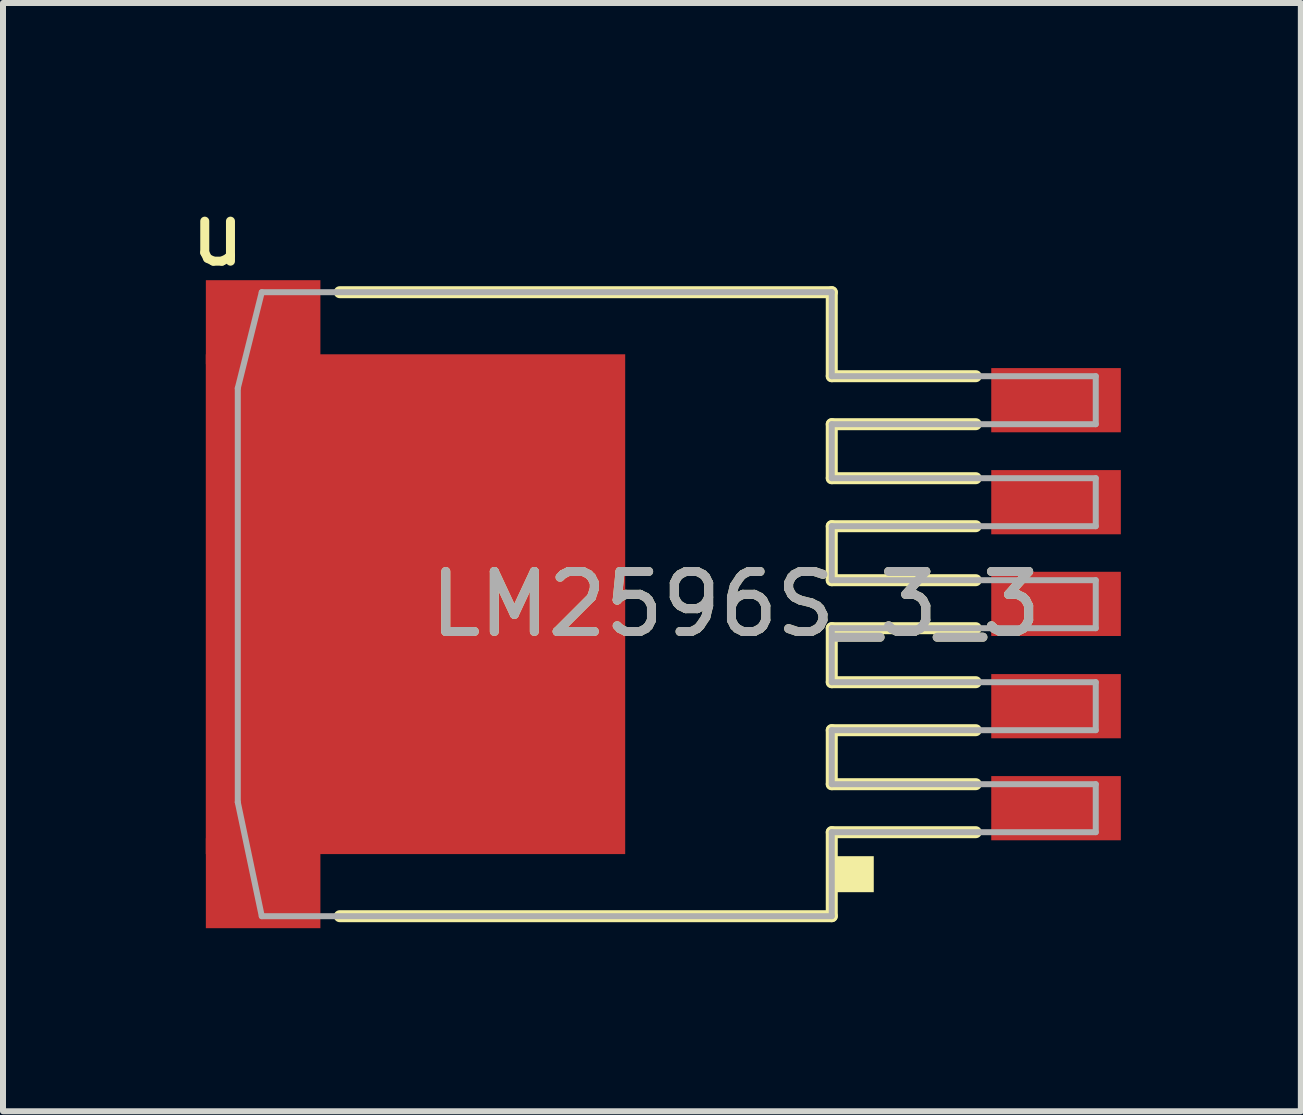
<source format=kicad_pcb>
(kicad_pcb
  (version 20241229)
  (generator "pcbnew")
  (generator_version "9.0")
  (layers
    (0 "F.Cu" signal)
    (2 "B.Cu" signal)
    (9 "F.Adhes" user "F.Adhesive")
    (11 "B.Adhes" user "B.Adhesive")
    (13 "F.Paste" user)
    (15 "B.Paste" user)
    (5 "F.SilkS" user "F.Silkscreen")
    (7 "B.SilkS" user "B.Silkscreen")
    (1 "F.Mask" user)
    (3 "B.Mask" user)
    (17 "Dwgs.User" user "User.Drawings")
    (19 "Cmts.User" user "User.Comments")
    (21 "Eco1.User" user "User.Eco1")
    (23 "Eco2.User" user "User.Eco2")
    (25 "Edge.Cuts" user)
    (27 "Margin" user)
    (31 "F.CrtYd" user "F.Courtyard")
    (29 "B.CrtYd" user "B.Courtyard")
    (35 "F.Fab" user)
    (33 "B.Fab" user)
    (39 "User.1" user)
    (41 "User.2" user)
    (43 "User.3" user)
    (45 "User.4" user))
  (footprint "LM2596S_3_3"
    (layer "F.Cu")
    (at 9.213 7.02)
    (property "Reference" "LM2596S_3_3" (at 0 0 0) (unlocked yes) (layer "F.SilkS") (effects (font (size 1 1) (thickness 0.15))))
    (attr smd)
    (fp_poly (pts (xy -8.832 -4) (xy -6.923 -4) (xy -6.923 -5.4) (xy -8.832 -5.4)) (stroke (width 0) (type solid)) (fill yes) (layer "F.Cu"))
    (fp_poly (pts (xy -8.832 5.4) (xy -6.923 5.4) (xy -6.923 3.9) (xy -8.832 3.9)) (stroke (width 0) (type solid)) (fill yes) (layer "F.Cu"))
    (fp_poly (pts (xy -8.883 -3.949) (xy -6.872 -3.949) (xy -6.872 -5.451) (xy -8.883 -5.451)) (stroke (width 0) (type solid)) (fill yes) (layer "F.Mask"))
    (fp_poly (pts (xy -8.883 5.451) (xy -6.872 5.451) (xy -6.872 3.849) (xy -8.883 3.849)) (stroke (width 0) (type solid)) (fill yes) (layer "F.Mask"))
    (fp_line (start -6.6 -5.2) (end 1.6 -5.2) (stroke (width 0.2) (type solid)) (layer "F.SilkS"))
    (fp_line (start -6.6 5.2) (end 1.6 5.2) (stroke (width 0.2) (type solid)) (layer "F.SilkS"))
    (fp_line (start 1.6 -3.8) (end 1.6 -5.2) (stroke (width 0.2) (type solid)) (layer "F.SilkS"))
    (fp_line (start 1.6 -3.8) (end 4 -3.8) (stroke (width 0.2) (type solid)) (layer "F.SilkS"))
    (fp_line (start 1.6 -3) (end 4 -3) (stroke (width 0.2) (type solid)) (layer "F.SilkS"))
    (fp_line (start 1.6 -2.1) (end 1.6 -3) (stroke (width 0.2) (type solid)) (layer "F.SilkS"))
    (fp_line (start 1.6 -2.1) (end 4 -2.1) (stroke (width 0.2) (type solid)) (layer "F.SilkS"))
    (fp_line (start 1.6 -1.3) (end 4 -1.3) (stroke (width 0.2) (type solid)) (layer "F.SilkS"))
    (fp_line (start 1.6 -0.4) (end 1.6 -1.3) (stroke (width 0.2) (type solid)) (layer "F.SilkS"))
    (fp_line (start 1.6 -0.4) (end 4 -0.4) (stroke (width 0.2) (type solid)) (layer "F.SilkS"))
    (fp_line (start 1.6 0.4) (end 4 0.4) (stroke (width 0.2) (type solid)) (layer "F.SilkS"))
    (fp_line (start 1.6 1.3) (end 1.6 0.4) (stroke (width 0.2) (type solid)) (layer "F.SilkS"))
    (fp_line (start 1.6 1.3) (end 4 1.3) (stroke (width 0.2) (type solid)) (layer "F.SilkS"))
    (fp_line (start 1.6 2.1) (end 4 2.1) (stroke (width 0.2) (type solid)) (layer "F.SilkS"))
    (fp_line (start 1.6 3) (end 1.6 2.1) (stroke (width 0.2) (type solid)) (layer "F.SilkS"))
    (fp_line (start 1.6 3) (end 4 3) (stroke (width 0.2) (type solid)) (layer "F.SilkS"))
    (fp_line (start 1.6 3.8) (end 4 3.8) (stroke (width 0.2) (type solid)) (layer "F.SilkS"))
    (fp_line (start 1.6 5.2) (end 1.6 3.8) (stroke (width 0.2) (type solid)) (layer "F.SilkS"))
    (fp_poly (pts (xy 1.6 4.8) (xy 2.3 4.8) (xy 2.3 4.2) (xy 1.6 4.2)) (stroke (width 0) (type solid)) (fill yes) (layer "F.SilkS"))
    (fp_poly (pts (xy -8.731 -4.102) (xy -7.024 -4.102) (xy -7.024 -5.298) (xy -8.731 -5.298)) (stroke (width 0) (type solid)) (fill yes) (layer "F.Paste"))
    (fp_poly (pts (xy -8.731 5.298) (xy -7.024 5.298) (xy -7.024 4.002) (xy -8.731 4.002)) (stroke (width 0) (type solid)) (fill yes) (layer "F.Paste"))
    (fp_line (start -8.3 -3.6) (end -7.9 -5.2) (stroke (width 0.1) (type solid)) (layer "F.Fab"))
    (fp_line (start -8.3 3.3) (end -8.3 -3.6) (stroke (width 0.1) (type solid)) (layer "F.Fab"))
    (fp_line (start -8.3 3.3) (end -7.9 5.2) (stroke (width 0.1) (type solid)) (layer "F.Fab"))
    (fp_line (start -7.9 -5.2) (end 1.6 -5.2) (stroke (width 0.1) (type solid)) (layer "F.Fab"))
    (fp_line (start -7.9 5.2) (end 1.6 5.2) (stroke (width 0.1) (type solid)) (layer "F.Fab"))
    (fp_line (start 1.6 -3.8) (end 1.6 -5.2) (stroke (width 0.1) (type solid)) (layer "F.Fab"))
    (fp_line (start 1.6 -3.8) (end 6 -3.8) (stroke (width 0.1) (type solid)) (layer "F.Fab"))
    (fp_line (start 1.6 -3) (end 6 -3) (stroke (width 0.1) (type solid)) (layer "F.Fab"))
    (fp_line (start 1.6 -2.1) (end 1.6 -3) (stroke (width 0.1) (type solid)) (layer "F.Fab"))
    (fp_line (start 1.6 -2.1) (end 6 -2.1) (stroke (width 0.1) (type solid)) (layer "F.Fab"))
    (fp_line (start 1.6 -1.3) (end 6 -1.3) (stroke (width 0.1) (type solid)) (layer "F.Fab"))
    (fp_line (start 1.6 -0.4) (end 1.6 -1.3) (stroke (width 0.1) (type solid)) (layer "F.Fab"))
    (fp_line (start 1.6 -0.4) (end 6 -0.4) (stroke (width 0.1) (type solid)) (layer "F.Fab"))
    (fp_line (start 1.6 0.4) (end 6 0.4) (stroke (width 0.1) (type solid)) (layer "F.Fab"))
    (fp_line (start 1.6 1.3) (end 1.6 0.4) (stroke (width 0.1) (type solid)) (layer "F.Fab"))
    (fp_line (start 1.6 1.3) (end 6 1.3) (stroke (width 0.1) (type solid)) (layer "F.Fab"))
    (fp_line (start 1.6 2.1) (end 6 2.1) (stroke (width 0.1) (type solid)) (layer "F.Fab"))
    (fp_line (start 1.6 3) (end 1.6 2.1) (stroke (width 0.1) (type solid)) (layer "F.Fab"))
    (fp_line (start 1.6 3) (end 6 3) (stroke (width 0.1) (type solid)) (layer "F.Fab"))
    (fp_line (start 1.6 3.8) (end 6 3.8) (stroke (width 0.1) (type solid)) (layer "F.Fab"))
    (fp_line (start 1.6 5.2) (end 1.6 3.8) (stroke (width 0.1) (type solid)) (layer "F.Fab"))
    (fp_line (start 6 -3) (end 6 -3.8) (stroke (width 0.1) (type solid)) (layer "F.Fab"))
    (fp_line (start 6 -1.3) (end 6 -2.1) (stroke (width 0.1) (type solid)) (layer "F.Fab"))
    (fp_line (start 6 0.4) (end 6 -0.4) (stroke (width 0.1) (type solid)) (layer "F.Fab"))
    (fp_line (start 6 2.1) (end 6 1.3) (stroke (width 0.1) (type solid)) (layer "F.Fab"))
    (fp_line (start 6 3.8) (end 6 3) (stroke (width 0.1) (type solid)) (layer "F.Fab"))
    (fp_text user "u" (at -8.636 -6.172 0) (unlocked yes) (layer "F.SilkS") (effects (font (size 1 1) (thickness 0.15))))
    (fp_text user "${REFERENCE}" (at 0 0 0) (unlocked yes) (layer "F.Fab") (effects (font (size 1 1) (thickness 0.15))))
    (pad "1" smd rect (at 5.338 3.4) (size 2.16 1.07) (layers "F.Cu" "F.Mask" "F.Paste"))
    (pad "2" smd rect (at 5.338 1.7) (size 2.16 1.07) (layers "F.Cu" "F.Mask" "F.Paste"))
    (pad "3" smd rect (at 5.338 -0.005) (size 2.16 1.07) (layers "F.Cu" "F.Mask" "F.Paste"))
    (pad "4" smd rect (at 5.338 -1.7) (size 2.16 1.07) (layers "F.Cu" "F.Mask" "F.Paste"))
    (pad "5" smd rect (at 5.338 -3.4) (size 2.16 1.07) (layers "F.Cu" "F.Mask" "F.Paste"))
    (pad "6" smd rect (at -5.338 -0.000003) (size 6.99 8.33) (layers "F.Cu" "F.Mask" "F.Paste")))
  (gr_rect
    (start -3 -3)
    (end 18.631 15.471)
    (stroke (width 0.1) (type default))
    (fill no)
    (layer "Edge.Cuts")))
</source>
